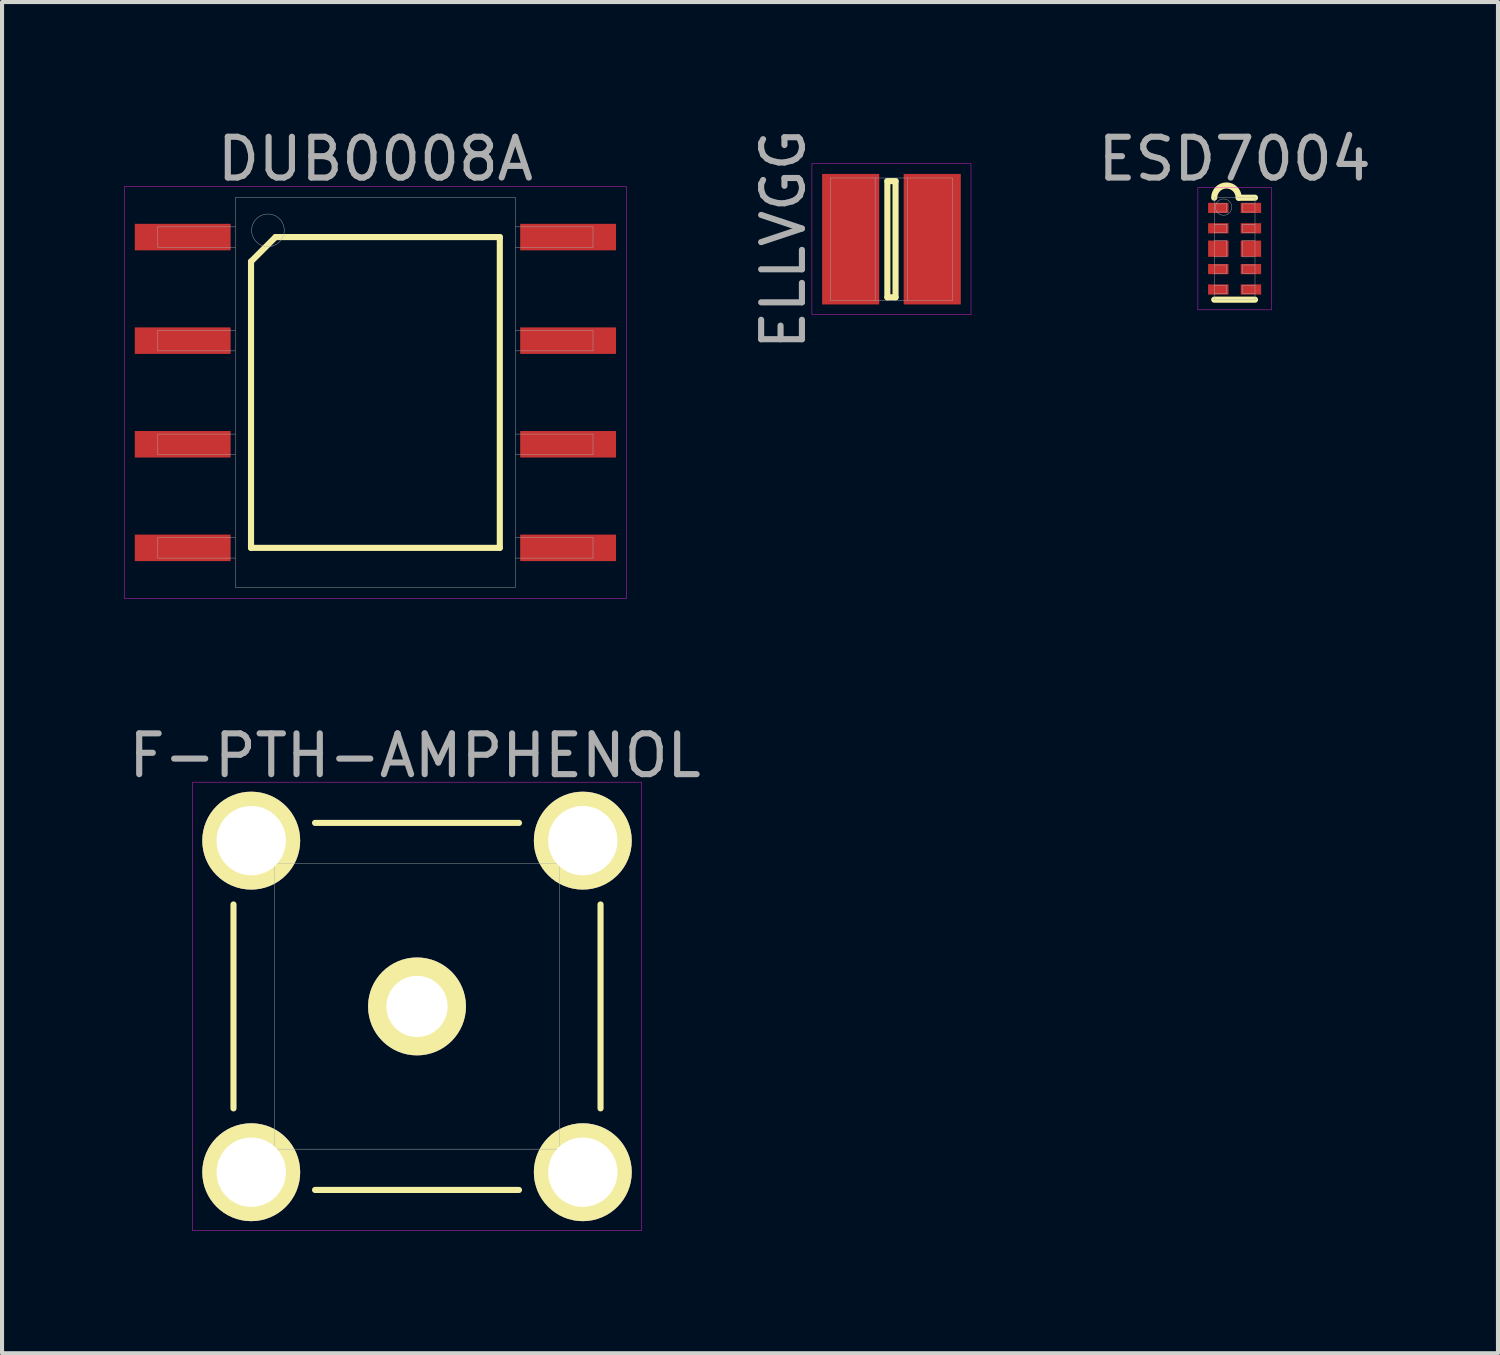
<source format=kicad_pcb>
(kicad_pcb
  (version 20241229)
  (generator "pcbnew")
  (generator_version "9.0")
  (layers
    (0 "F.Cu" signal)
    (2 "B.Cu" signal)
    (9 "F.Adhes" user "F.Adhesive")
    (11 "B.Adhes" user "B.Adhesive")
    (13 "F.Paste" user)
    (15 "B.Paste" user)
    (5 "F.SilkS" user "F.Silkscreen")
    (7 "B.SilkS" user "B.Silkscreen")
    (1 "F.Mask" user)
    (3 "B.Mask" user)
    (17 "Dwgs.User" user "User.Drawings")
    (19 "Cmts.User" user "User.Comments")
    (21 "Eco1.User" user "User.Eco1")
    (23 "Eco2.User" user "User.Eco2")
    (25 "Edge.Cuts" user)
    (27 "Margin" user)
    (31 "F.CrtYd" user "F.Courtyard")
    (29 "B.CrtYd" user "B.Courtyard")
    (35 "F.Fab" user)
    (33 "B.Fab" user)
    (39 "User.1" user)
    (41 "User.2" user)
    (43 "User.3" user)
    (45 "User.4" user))
  (footprint "ESD7004"
    (layer "F.Cu")
    (at 27.222 3.048)
    (property "Reference" "ESD7004" (at 0 -2.2 0) (layer "F.Fab") (effects (font (size 1 1) (thickness 0.15))))
    (attr through_hole)
    (fp_line (start -0.5 1.25) (end 0.5 1.25) (stroke (width 0.15) (type solid)) (layer "F.SilkS"))
    (fp_line (start 0.1 -1.25) (end 0.5 -1.25) (stroke (width 0.15) (type solid)) (layer "F.SilkS"))
    (fp_arc (start -0.5 -1.25) (mid -0.2 -1.55) (end 0.1 -1.25) (stroke (width 0.15) (type solid)) (layer "F.SilkS"))
    (fp_line (start -0.9 -1.5) (end 0.9 -1.5) (stroke (width 0.01) (type solid)) (layer "F.CrtYd"))
    (fp_line (start -0.9 1.5) (end -0.9 -1.5) (stroke (width 0.01) (type solid)) (layer "F.CrtYd"))
    (fp_line (start 0.9 -1.5) (end 0.9 1.5) (stroke (width 0.01) (type solid)) (layer "F.CrtYd"))
    (fp_line (start 0.9 1.5) (end -0.9 1.5) (stroke (width 0.01) (type solid)) (layer "F.CrtYd"))
    (fp_line (start -0.5 -1.25) (end 0.5 -1.25) (stroke (width 0.01) (type solid)) (layer "F.Fab"))
    (fp_line (start -0.5 -0.9) (end -0.2 -0.9) (stroke (width 0.01) (type solid)) (layer "F.Fab"))
    (fp_line (start -0.5 -0.4) (end -0.2 -0.4) (stroke (width 0.01) (type solid)) (layer "F.Fab"))
    (fp_line (start -0.5 0.2) (end -0.2 0.2) (stroke (width 0.01) (type solid)) (layer "F.Fab"))
    (fp_line (start -0.5 0.6) (end -0.2 0.6) (stroke (width 0.01) (type solid)) (layer "F.Fab"))
    (fp_line (start -0.5 1.1) (end -0.2 1.1) (stroke (width 0.01) (type solid)) (layer "F.Fab"))
    (fp_line (start -0.5 1.25) (end -0.5 -1.25) (stroke (width 0.01) (type solid)) (layer "F.Fab"))
    (fp_line (start -0.2 -1.1) (end -0.5 -1.1) (stroke (width 0.01) (type solid)) (layer "F.Fab"))
    (fp_line (start -0.2 -0.9) (end -0.2 -1.1) (stroke (width 0.01) (type solid)) (layer "F.Fab"))
    (fp_line (start -0.2 -0.6) (end -0.5 -0.6) (stroke (width 0.01) (type solid)) (layer "F.Fab"))
    (fp_line (start -0.2 -0.4) (end -0.2 -0.6) (stroke (width 0.01) (type solid)) (layer "F.Fab"))
    (fp_line (start -0.2 -0.2) (end -0.5 -0.2) (stroke (width 0.01) (type solid)) (layer "F.Fab"))
    (fp_line (start -0.2 0.2) (end -0.2 -0.2) (stroke (width 0.01) (type solid)) (layer "F.Fab"))
    (fp_line (start -0.2 0.4) (end -0.5 0.4) (stroke (width 0.01) (type solid)) (layer "F.Fab"))
    (fp_line (start -0.2 0.6) (end -0.2 0.4) (stroke (width 0.01) (type solid)) (layer "F.Fab"))
    (fp_line (start -0.2 0.9) (end -0.5 0.9) (stroke (width 0.01) (type solid)) (layer "F.Fab"))
    (fp_line (start -0.2 1.1) (end -0.2 0.9) (stroke (width 0.01) (type solid)) (layer "F.Fab"))
    (fp_line (start 0.2 -1.1) (end 0.2 -0.9) (stroke (width 0.01) (type solid)) (layer "F.Fab"))
    (fp_line (start 0.2 -0.9) (end 0.5 -0.9) (stroke (width 0.01) (type solid)) (layer "F.Fab"))
    (fp_line (start 0.2 -0.6) (end 0.2 -0.4) (stroke (width 0.01) (type solid)) (layer "F.Fab"))
    (fp_line (start 0.2 -0.4) (end 0.5 -0.4) (stroke (width 0.01) (type solid)) (layer "F.Fab"))
    (fp_line (start 0.2 -0.2) (end 0.2 0.2) (stroke (width 0.01) (type solid)) (layer "F.Fab"))
    (fp_line (start 0.2 0.2) (end 0.5 0.2) (stroke (width 0.01) (type solid)) (layer "F.Fab"))
    (fp_line (start 0.2 0.4) (end 0.2 0.6) (stroke (width 0.01) (type solid)) (layer "F.Fab"))
    (fp_line (start 0.2 0.6) (end 0.5 0.6) (stroke (width 0.01) (type solid)) (layer "F.Fab"))
    (fp_line (start 0.2 0.9) (end 0.2 1.1) (stroke (width 0.01) (type solid)) (layer "F.Fab"))
    (fp_line (start 0.2 1.1) (end 0.5 1.1) (stroke (width 0.01) (type solid)) (layer "F.Fab"))
    (fp_line (start 0.5 -1.25) (end 0.5 1.25) (stroke (width 0.01) (type solid)) (layer "F.Fab"))
    (fp_line (start 0.5 -1.1) (end 0.2 -1.1) (stroke (width 0.01) (type solid)) (layer "F.Fab"))
    (fp_line (start 0.5 -0.6) (end 0.2 -0.6) (stroke (width 0.01) (type solid)) (layer "F.Fab"))
    (fp_line (start 0.5 -0.2) (end 0.2 -0.2) (stroke (width 0.01) (type solid)) (layer "F.Fab"))
    (fp_line (start 0.5 0.4) (end 0.2 0.4) (stroke (width 0.01) (type solid)) (layer "F.Fab"))
    (fp_line (start 0.5 0.9) (end 0.2 0.9) (stroke (width 0.01) (type solid)) (layer "F.Fab"))
    (fp_line (start 0.5 1.25) (end -0.5 1.25) (stroke (width 0.01) (type solid)) (layer "F.Fab"))
    (fp_circle (center -0.27 -1.02) (end -0.07 -1.02) (stroke (width 0.01) (type solid)) (fill no) (layer "F.Fab"))
    (pad "1" smd rect (at -0.4 -1) (size 0.5 0.25) (layers "F.Cu" "F.Mask" "F.Paste"))
    (pad "2" smd rect (at -0.4 -0.5) (size 0.5 0.25) (layers "F.Cu" "F.Mask" "F.Paste"))
    (pad "3" smd rect (at -0.4 0) (size 0.5 0.4) (layers "F.Cu" "F.Mask" "F.Paste"))
    (pad "4" smd rect (at -0.4 0.5) (size 0.5 0.25) (layers "F.Cu" "F.Mask" "F.Paste"))
    (pad "5" smd rect (at -0.4 1) (size 0.5 0.25) (layers "F.Cu" "F.Mask" "F.Paste"))
    (pad "6" smd rect (at 0.4 1) (size 0.5 0.25) (layers "F.Cu" "F.Mask" "F.Paste"))
    (pad "7" smd rect (at 0.4 0.5) (size 0.5 0.25) (layers "F.Cu" "F.Mask" "F.Paste"))
    (pad "8" smd rect (at 0.4 0) (size 0.5 0.4) (layers "F.Cu" "F.Mask" "F.Paste"))
    (pad "9" smd rect (at 0.4 -0.5) (size 0.5 0.25) (layers "F.Cu" "F.Mask" "F.Paste"))
    (pad "10" smd rect (at 0.4 -1) (size 0.5 0.25) (layers "F.Cu" "F.Mask" "F.Paste")))
  (footprint "ELLVGG"
    (layer "F.Cu")
    (at 18.808 2.815)
    (property "Reference" "ELLVGG" (at -2.65 0 90) (layer "F.Fab") (effects (font (size 1 1) (thickness 0.15))))
    (attr smd)
    (fp_line (start -0.1 -1.425) (end 0.1 -1.425) (stroke (width 0.15) (type solid)) (layer "F.SilkS"))
    (fp_line (start -0.1 1.425) (end -0.1 -1.425) (stroke (width 0.15) (type solid)) (layer "F.SilkS"))
    (fp_line (start 0.1 -1.425) (end 0.1 1.425) (stroke (width 0.15) (type solid)) (layer "F.SilkS"))
    (fp_line (start 0.1 1.425) (end -0.1 1.425) (stroke (width 0.15) (type solid)) (layer "F.SilkS"))
    (fp_line (start -1.95 -1.85) (end 1.95 -1.85) (stroke (width 0.01) (type solid)) (layer "F.CrtYd"))
    (fp_line (start -1.95 1.85) (end -1.95 -1.85) (stroke (width 0.01) (type solid)) (layer "F.CrtYd"))
    (fp_line (start 1.95 -1.85) (end 1.95 1.85) (stroke (width 0.01) (type solid)) (layer "F.CrtYd"))
    (fp_line (start 1.95 1.85) (end -1.95 1.85) (stroke (width 0.01) (type solid)) (layer "F.CrtYd"))
    (fp_line (start -1.5 -1.5) (end 1.5 -1.5) (stroke (width 0.01) (type solid)) (layer "F.Fab"))
    (fp_line (start -1.5 1.5) (end -1.5 -1.5) (stroke (width 0.01) (type solid)) (layer "F.Fab"))
    (fp_line (start -0.4 -1.5) (end -0.4 1.5) (stroke (width 0.01) (type solid)) (layer "F.Fab"))
    (fp_line (start 0.4 -1.5) (end 0.4 1.5) (stroke (width 0.01) (type solid)) (layer "F.Fab"))
    (fp_line (start 1.5 -1.5) (end 1.5 1.5) (stroke (width 0.01) (type solid)) (layer "F.Fab"))
    (fp_line (start 1.5 1.5) (end -1.5 1.5) (stroke (width 0.01) (type solid)) (layer "F.Fab"))
    (pad "1" smd rect (at -1 0) (size 1.4 3.2) (layers "F.Cu" "F.Mask" "F.Paste"))
    (pad "2" smd rect (at 1 0) (size 1.4 3.2) (layers "F.Cu" "F.Mask" "F.Paste")))
  (footprint "F-PTH-AMPHENOL"
    (layer "F.Cu")
    (at 7.175 21.627)
    (property "Reference" "F-PTH-AMPHENOL" (at -0.05 -6.15 0) (layer "F.Fab") (effects (font (size 1 1) (thickness 0.15))))
    (attr through_hole)
    (fp_line (start -4.5 -2.5) (end -4.5 2.5) (stroke (width 0.15) (type solid)) (layer "F.SilkS"))
    (fp_line (start -2.5 -4.5) (end 2.5 -4.5) (stroke (width 0.15) (type solid)) (layer "F.SilkS"))
    (fp_line (start -2.5 4.5) (end 2.5 4.5) (stroke (width 0.15) (type solid)) (layer "F.SilkS"))
    (fp_line (start 4.5 -2.5) (end 4.5 2.5) (stroke (width 0.15) (type solid)) (layer "F.SilkS"))
    (fp_line (start -5.5 -5.5) (end 5.5 -5.5) (stroke (width 0.01) (type solid)) (layer "F.CrtYd"))
    (fp_line (start -5.5 5.5) (end -5.5 -5.5) (stroke (width 0.01) (type solid)) (layer "F.CrtYd"))
    (fp_line (start 5.5 -5.5) (end 5.5 5.5) (stroke (width 0.01) (type solid)) (layer "F.CrtYd"))
    (fp_line (start 5.5 5.5) (end -5.5 5.5) (stroke (width 0.01) (type solid)) (layer "F.CrtYd"))
    (fp_line (start -3.5 -3.5) (end 3.5 -3.5) (stroke (width 0.01) (type solid)) (layer "F.Fab"))
    (fp_line (start -3.5 3.5) (end -3.5 -3.5) (stroke (width 0.01) (type solid)) (layer "F.Fab"))
    (fp_line (start 3.5 -3.5) (end 3.5 3.5) (stroke (width 0.01) (type solid)) (layer "F.Fab"))
    (fp_line (start 3.5 3.5) (end -3.5 3.5) (stroke (width 0.01) (type solid)) (layer "F.Fab"))
    (fp_circle (center 0 0) (end 0.65 0) (stroke (width 0.01) (type solid)) (fill no) (layer "F.Fab"))
    (pad "1" thru_hole circle (at 0 0) (size 2.4 2.4) (drill 1.5) (layers "*.Cu" "*.Mask" "F.SilkS"))
    (pad "2" thru_hole circle (at -4.065 -4.065) (size 2.4 2.4) (drill 1.7) (layers "*.Cu" "*.Mask" "F.SilkS"))
    (pad "2" thru_hole circle (at -4.065 4.065) (size 2.4 2.4) (drill 1.7) (layers "*.Cu" "*.Mask" "F.SilkS"))
    (pad "2" thru_hole circle (at 4.065 -4.065) (size 2.4 2.4) (drill 1.7) (layers "*.Cu" "*.Mask" "F.SilkS"))
    (pad "2" thru_hole circle (at 4.065 4.065) (size 2.4 2.4) (drill 1.7) (layers "*.Cu" "*.Mask" "F.SilkS")))
  (footprint "DUB0008A"
    (layer "F.Cu")
    (at 6.155 6.573)
    (property "Reference" "DUB0008A" (at 0 -5.725 0) (layer "F.Fab") (effects (font (size 1 1) (thickness 0.15))))
    (attr smd)
    (fp_line (start -3.05 -3.21) (end -2.45 -3.81) (stroke (width 0.15) (type solid)) (layer "F.SilkS"))
    (fp_line (start -3.05 3.81) (end -3.05 -3.21) (stroke (width 0.15) (type solid)) (layer "F.SilkS"))
    (fp_line (start -2.45 -3.81) (end 3.05 -3.81) (stroke (width 0.15) (type solid)) (layer "F.SilkS"))
    (fp_line (start 3.05 -3.81) (end 3.05 3.81) (stroke (width 0.15) (type solid)) (layer "F.SilkS"))
    (fp_line (start 3.05 3.81) (end -3.05 3.81) (stroke (width 0.15) (type solid)) (layer "F.SilkS"))
    (fp_line (start -6.15 -5.05) (end 6.15 -5.05) (stroke (width 0.01) (type solid)) (layer "F.CrtYd"))
    (fp_line (start -6.15 5.05) (end -6.15 -5.05) (stroke (width 0.01) (type solid)) (layer "F.CrtYd"))
    (fp_line (start 6.15 -5.05) (end 6.15 5.05) (stroke (width 0.01) (type solid)) (layer "F.CrtYd"))
    (fp_line (start 6.15 5.05) (end -6.15 5.05) (stroke (width 0.01) (type solid)) (layer "F.CrtYd"))
    (fp_line (start -5.335 -4.06) (end -3.435 -4.06) (stroke (width 0.01) (type solid)) (layer "F.Fab"))
    (fp_line (start -5.335 -3.56) (end -5.335 -4.06) (stroke (width 0.01) (type solid)) (layer "F.Fab"))
    (fp_line (start -5.335 -1.52) (end -3.435 -1.52) (stroke (width 0.01) (type solid)) (layer "F.Fab"))
    (fp_line (start -5.335 -1.02) (end -5.335 -1.52) (stroke (width 0.01) (type solid)) (layer "F.Fab"))
    (fp_line (start -5.335 1.02) (end -3.435 1.02) (stroke (width 0.01) (type solid)) (layer "F.Fab"))
    (fp_line (start -5.335 1.52) (end -5.335 1.02) (stroke (width 0.01) (type solid)) (layer "F.Fab"))
    (fp_line (start -5.335 3.56) (end -3.435 3.56) (stroke (width 0.01) (type solid)) (layer "F.Fab"))
    (fp_line (start -5.335 4.06) (end -5.335 3.56) (stroke (width 0.01) (type solid)) (layer "F.Fab"))
    (fp_line (start -3.435 -4.775) (end 3.435 -4.775) (stroke (width 0.01) (type solid)) (layer "F.Fab"))
    (fp_line (start -3.435 -3.56) (end -5.335 -3.56) (stroke (width 0.01) (type solid)) (layer "F.Fab"))
    (fp_line (start -3.435 -1.02) (end -5.335 -1.02) (stroke (width 0.01) (type solid)) (layer "F.Fab"))
    (fp_line (start -3.435 1.52) (end -5.335 1.52) (stroke (width 0.01) (type solid)) (layer "F.Fab"))
    (fp_line (start -3.435 4.06) (end -5.335 4.06) (stroke (width 0.01) (type solid)) (layer "F.Fab"))
    (fp_line (start -3.435 4.775) (end -3.435 -4.775) (stroke (width 0.01) (type solid)) (layer "F.Fab"))
    (fp_line (start 3.435 -4.775) (end 3.435 4.775) (stroke (width 0.01) (type solid)) (layer "F.Fab"))
    (fp_line (start 3.435 -4.06) (end 5.335 -4.06) (stroke (width 0.01) (type solid)) (layer "F.Fab"))
    (fp_line (start 3.435 -1.52) (end 5.335 -1.52) (stroke (width 0.01) (type solid)) (layer "F.Fab"))
    (fp_line (start 3.435 1.02) (end 5.335 1.02) (stroke (width 0.01) (type solid)) (layer "F.Fab"))
    (fp_line (start 3.435 3.56) (end 5.335 3.56) (stroke (width 0.01) (type solid)) (layer "F.Fab"))
    (fp_line (start 3.435 4.775) (end -3.435 4.775) (stroke (width 0.01) (type solid)) (layer "F.Fab"))
    (fp_line (start 5.335 -4.06) (end 5.335 -3.56) (stroke (width 0.01) (type solid)) (layer "F.Fab"))
    (fp_line (start 5.335 -3.56) (end 3.435 -3.56) (stroke (width 0.01) (type solid)) (layer "F.Fab"))
    (fp_line (start 5.335 -1.52) (end 5.335 -1.02) (stroke (width 0.01) (type solid)) (layer "F.Fab"))
    (fp_line (start 5.335 -1.02) (end 3.435 -1.02) (stroke (width 0.01) (type solid)) (layer "F.Fab"))
    (fp_line (start 5.335 1.02) (end 5.335 1.52) (stroke (width 0.01) (type solid)) (layer "F.Fab"))
    (fp_line (start 5.335 1.52) (end 3.435 1.52) (stroke (width 0.01) (type solid)) (layer "F.Fab"))
    (fp_line (start 5.335 3.56) (end 5.335 4.06) (stroke (width 0.01) (type solid)) (layer "F.Fab"))
    (fp_line (start 5.335 4.06) (end 3.435 4.06) (stroke (width 0.01) (type solid)) (layer "F.Fab"))
    (fp_circle (center -2.635 -3.975) (end -2.635 -3.575) (stroke (width 0.01) (type solid)) (fill no) (layer "F.Fab"))
    (pad "1" smd rect (at -4.725 -3.81) (size 2.35 0.65) (layers "F.Cu" "F.Mask" "F.Paste"))
    (pad "2" smd rect (at -4.725 -1.27) (size 2.35 0.65) (layers "F.Cu" "F.Mask" "F.Paste"))
    (pad "3" smd rect (at -4.725 1.27) (size 2.35 0.65) (layers "F.Cu" "F.Mask" "F.Paste"))
    (pad "4" smd rect (at -4.725 3.81) (size 2.35 0.65) (layers "F.Cu" "F.Mask" "F.Paste"))
    (pad "5" smd rect (at 4.725 3.81) (size 2.35 0.65) (layers "F.Cu" "F.Mask" "F.Paste"))
    (pad "6" smd rect (at 4.725 1.27) (size 2.35 0.65) (layers "F.Cu" "F.Mask" "F.Paste"))
    (pad "7" smd rect (at 4.725 -1.27) (size 2.35 0.65) (layers "F.Cu" "F.Mask" "F.Paste"))
    (pad "8" smd rect (at 4.725 -3.81) (size 2.35 0.65) (layers "F.Cu" "F.Mask" "F.Paste")))
  (gr_rect
    (start -3 -3)
    (end 33.68 30.131)
    (stroke (width 0.1) (type default))
    (fill no)
    (layer "Edge.Cuts")))
</source>
